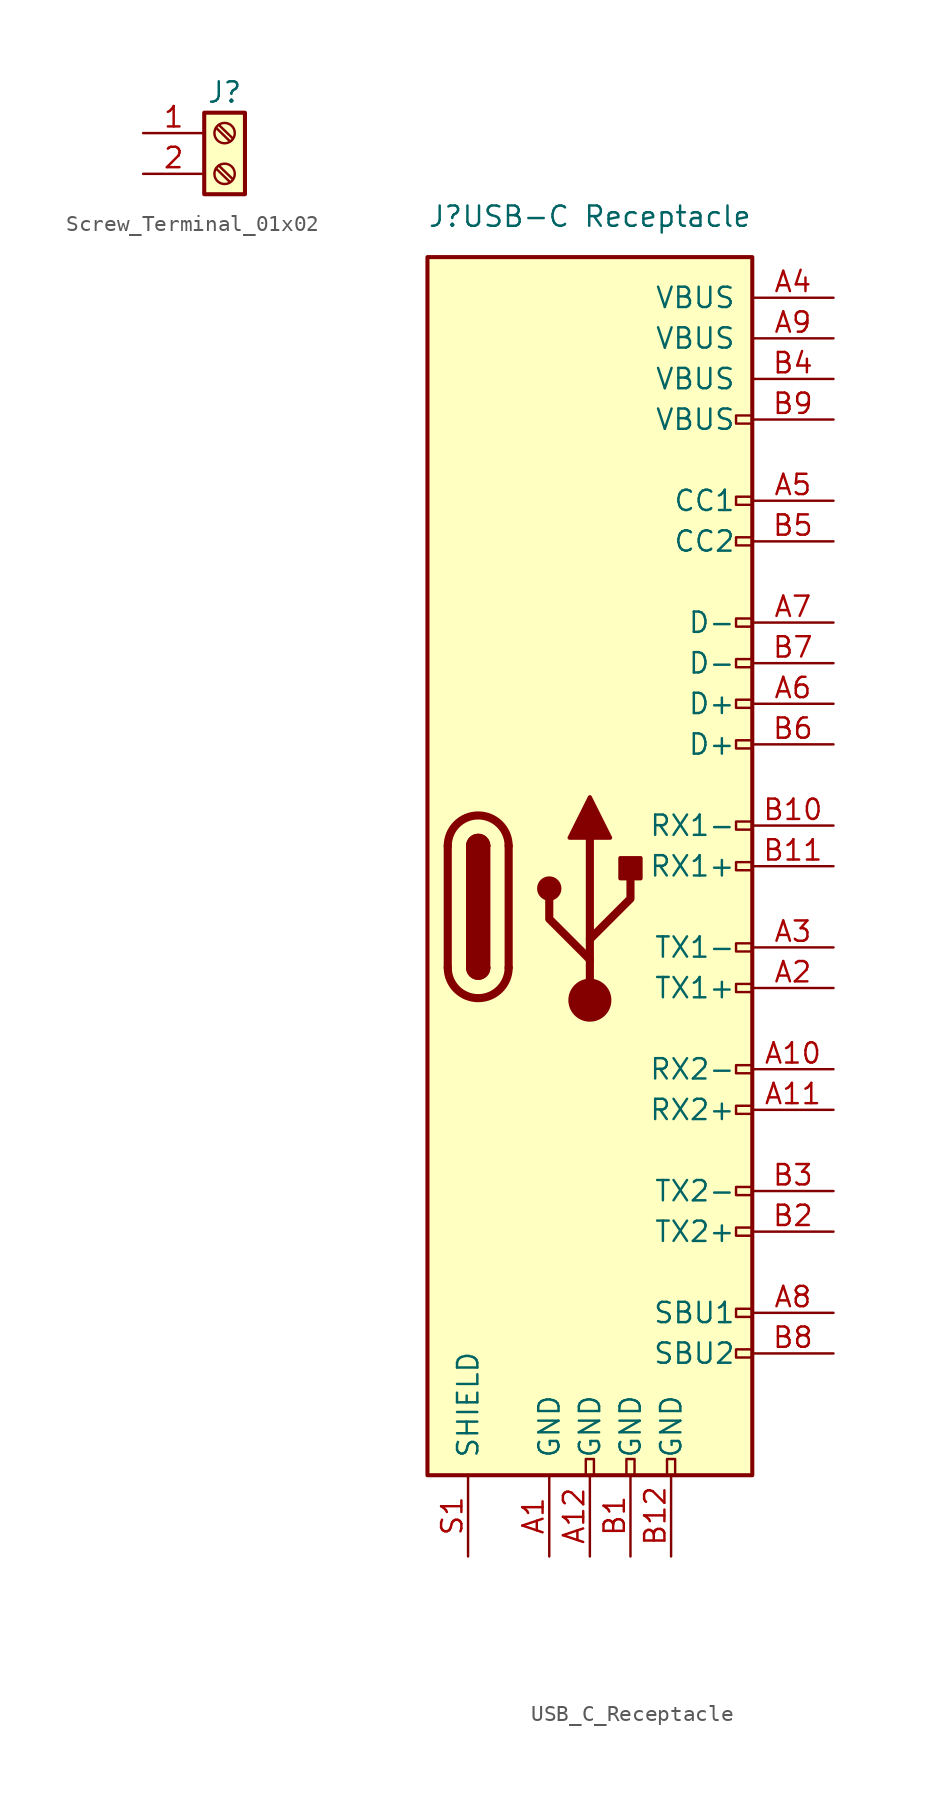
<source format=kicad_sym>
(kicad_symbol_lib
  (version 20220914)
  (generator kicad_symbol_editor)
  (symbol "Screw_Terminal_01x02"
    (pin_names
      (offset 1.016) hide)
    (property "Reference" "J"
      (at 0 2.54 0)
      (effects (font (size 1.27 1.27))))
    (symbol "Screw_Terminal_01x02_1_1"
      (rectangle (start -1.27 1.27) (end 1.27 -3.81) (stroke (width 0.254) (type default)) (fill (type background)))
      (circle (center 0 -2.54) (radius 0.635) (stroke (width 0.152) (type default)) (fill (type none)))
      (polyline (pts (xy -0.533 -2.21) (xy 0.33 -3.048)) (stroke (width 0.152) (type default)) (fill (type none)))
      (polyline (pts (xy -0.533 0.33) (xy 0.33 -0.508)) (stroke (width 0.152) (type default)) (fill (type none)))
      (polyline (pts (xy -0.356 -2.032) (xy 0.508 -2.87)) (stroke (width 0.152) (type default)) (fill (type none)))
      (polyline (pts (xy -0.356 0.508) (xy 0.508 -0.33)) (stroke (width 0.152) (type default)) (fill (type none)))
      (circle (center 0 0) (radius 0.635) (stroke (width 0.152) (type default)) (fill (type none)))
      (pin passive line (at -5.08 0 0) (length 3.81) (name "Pin_1" (effects (font (size 1.27 1.27)))) (number "1" (effects (font (size 1.27 1.27)))))
      (pin passive line (at -5.08 -2.54 0) (length 3.81) (name "Pin_2" (effects (font (size 1.27 1.27)))) (number "2" (effects (font (size 1.27 1.27)))))))
  (symbol "USB_C_Receptacle"
    (pin_names
      (offset 1.016))
    (property "Reference" "J"
      (at -10.16 43.18 0)
      (effects (font (size 1.27 1.27)) (justify left)))
    (property "Value" "USB-C Receptacle"
      (at 10.16 43.18 0)
      (effects (font (size 1.27 1.27)) (justify right)))
    (symbol "USB_C_Receptacle_0_0"
      (rectangle (start -0.254 -35.56) (end 0.254 -34.544) (stroke (width 0) (type default)) (fill (type none)))
      (rectangle (start 2.286 -35.56) (end 2.794 -34.544) (stroke (width 0) (type default)) (fill (type none)))
      (rectangle (start 4.826 -35.56) (end 5.334 -34.544) (stroke (width 0) (type default)) (fill (type none)))
      (rectangle (start 10.16 -27.686) (end 9.144 -28.194) (stroke (width 0) (type default)) (fill (type none)))
      (rectangle (start 10.16 -25.146) (end 9.144 -25.654) (stroke (width 0) (type default)) (fill (type none)))
      (rectangle (start 10.16 -20.066) (end 9.144 -20.574) (stroke (width 0) (type default)) (fill (type none)))
      (rectangle (start 10.16 -17.526) (end 9.144 -18.034) (stroke (width 0) (type default)) (fill (type none)))
      (rectangle (start 10.16 -12.446) (end 9.144 -12.954) (stroke (width 0) (type default)) (fill (type none)))
      (rectangle (start 10.16 -9.906) (end 9.144 -10.414) (stroke (width 0) (type default)) (fill (type none)))
      (rectangle (start 10.16 -4.826) (end 9.144 -5.334) (stroke (width 0) (type default)) (fill (type none)))
      (rectangle (start 10.16 -2.286) (end 9.144 -2.794) (stroke (width 0) (type default)) (fill (type none)))
      (rectangle (start 10.16 2.794) (end 9.144 2.286) (stroke (width 0) (type default)) (fill (type none)))
      (rectangle (start 10.16 5.334) (end 9.144 4.826) (stroke (width 0) (type default)) (fill (type none)))
      (rectangle (start 10.16 10.414) (end 9.144 9.906) (stroke (width 0) (type default)) (fill (type none)))
      (rectangle (start 10.16 12.954) (end 9.144 12.446) (stroke (width 0) (type default)) (fill (type none)))
      (rectangle (start 10.16 15.494) (end 9.144 14.986) (stroke (width 0) (type default)) (fill (type none)))
      (rectangle (start 10.16 18.034) (end 9.144 17.526) (stroke (width 0) (type default)) (fill (type none)))
      (rectangle (start 10.16 23.114) (end 9.144 22.606) (stroke (width 0) (type default)) (fill (type none)))
      (rectangle (start 10.16 25.654) (end 9.144 25.146) (stroke (width 0) (type default)) (fill (type none)))
      (rectangle (start 10.16 30.734) (end 9.144 30.226) (stroke (width 0) (type default)) (fill (type none))))
    (symbol "USB_C_Receptacle_0_1"
      (rectangle (start -10.16 40.64) (end 10.16 -35.56) (stroke (width 0.254) (type default)) (fill (type background)))
      (arc (start -8.89 -3.81) (mid -6.985 -5.7067) (end -5.08 -3.81) (stroke (width 0.508) (type default)) (fill (type none)))
      (arc (start -7.62 -3.81) (mid -6.985 -4.4423) (end -6.35 -3.81) (stroke (width 0.254) (type default)) (fill (type none)))
      (arc (start -7.62 -3.81) (mid -6.985 -4.4423) (end -6.35 -3.81) (stroke (width 0.254) (type default)) (fill (type outline)))
      (rectangle (start -7.62 -3.81) (end -6.35 3.81) (stroke (width 0.254) (type default)) (fill (type outline)))
      (arc (start -6.35 3.81) (mid -6.985 4.4423) (end -7.62 3.81) (stroke (width 0.254) (type default)) (fill (type none)))
      (arc (start -6.35 3.81) (mid -6.985 4.4423) (end -7.62 3.81) (stroke (width 0.254) (type default)) (fill (type outline)))
      (arc (start -5.08 3.81) (mid -6.985 5.7067) (end -8.89 3.81) (stroke (width 0.508) (type default)) (fill (type none)))
      (polyline (pts (xy -8.89 -3.81) (xy -8.89 3.81)) (stroke (width 0.508) (type default)) (fill (type none)))
      (polyline (pts (xy -5.08 3.81) (xy -5.08 -3.81)) (stroke (width 0.508) (type default)) (fill (type none))))
    (symbol "USB_C_Receptacle_1_1"
      (circle (center -2.54 1.143) (radius 0.635) (stroke (width 0.254) (type default)) (fill (type outline)))
      (circle (center 0 -5.842) (radius 1.27) (stroke (width 0) (type default)) (fill (type outline)))
      (polyline (pts (xy 0 -5.842) (xy 0 4.318)) (stroke (width 0.508) (type default)) (fill (type none)))
      (polyline (pts (xy 0 -3.302) (xy -2.54 -0.762) (xy -2.54 0.508)) (stroke (width 0.508) (type default)) (fill (type none)))
      (polyline (pts (xy 0 -2.032) (xy 2.54 0.508) (xy 2.54 1.778)) (stroke (width 0.508) (type default)) (fill (type none)))
      (polyline (pts (xy -1.27 4.318) (xy 0 6.858) (xy 1.27 4.318) (xy -1.27 4.318)) (stroke (width 0.254) (type default)) (fill (type outline)))
      (rectangle (start 1.905 1.778) (end 3.175 3.048) (stroke (width 0.254) (type default)) (fill (type outline)))
      (pin passive line (at -2.54 -40.64 90) (length 5.08) (name "GND" (effects (font (size 1.27 1.27)))) (number "A1" (effects (font (size 1.27 1.27)))))
      (pin bidirectional line (at 15.24 -10.16 180) (length 5.08) (name "RX2-" (effects (font (size 1.27 1.27)))) (number "A10" (effects (font (size 1.27 1.27)))))
      (pin bidirectional line (at 15.24 -12.7 180) (length 5.08) (name "RX2+" (effects (font (size 1.27 1.27)))) (number "A11" (effects (font (size 1.27 1.27)))))
      (pin passive line (at 0 -40.64 90) (length 5.08) (name "GND" (effects (font (size 1.27 1.27)))) (number "A12" (effects (font (size 1.27 1.27)))))
      (pin bidirectional line (at 15.24 -5.08 180) (length 5.08) (name "TX1+" (effects (font (size 1.27 1.27)))) (number "A2" (effects (font (size 1.27 1.27)))))
      (pin bidirectional line (at 15.24 -2.54 180) (length 5.08) (name "TX1-" (effects (font (size 1.27 1.27)))) (number "A3" (effects (font (size 1.27 1.27)))))
      (pin passive line (at 15.24 38.1 180) (length 5.08) (name "VBUS" (effects (font (size 1.27 1.27)))) (number "A4" (effects (font (size 1.27 1.27)))))
      (pin bidirectional line (at 15.24 25.4 180) (length 5.08) (name "CC1" (effects (font (size 1.27 1.27)))) (number "A5" (effects (font (size 1.27 1.27)))))
      (pin bidirectional line (at 15.24 12.7 180) (length 5.08) (name "D+" (effects (font (size 1.27 1.27)))) (number "A6" (effects (font (size 1.27 1.27)))))
      (pin bidirectional line (at 15.24 17.78 180) (length 5.08) (name "D-" (effects (font (size 1.27 1.27)))) (number "A7" (effects (font (size 1.27 1.27)))))
      (pin bidirectional line (at 15.24 -25.4 180) (length 5.08) (name "SBU1" (effects (font (size 1.27 1.27)))) (number "A8" (effects (font (size 1.27 1.27)))))
      (pin passive line (at 15.24 35.56 180) (length 5.08) (name "VBUS" (effects (font (size 1.27 1.27)))) (number "A9" (effects (font (size 1.27 1.27)))))
      (pin passive line (at 2.54 -40.64 90) (length 5.08) (name "GND" (effects (font (size 1.27 1.27)))) (number "B1" (effects (font (size 1.27 1.27)))))
      (pin bidirectional line (at 15.24 5.08 180) (length 5.08) (name "RX1-" (effects (font (size 1.27 1.27)))) (number "B10" (effects (font (size 1.27 1.27)))))
      (pin bidirectional line (at 15.24 2.54 180) (length 5.08) (name "RX1+" (effects (font (size 1.27 1.27)))) (number "B11" (effects (font (size 1.27 1.27)))))
      (pin passive line (at 5.08 -40.64 90) (length 5.08) (name "GND" (effects (font (size 1.27 1.27)))) (number "B12" (effects (font (size 1.27 1.27)))))
      (pin bidirectional line (at 15.24 -20.32 180) (length 5.08) (name "TX2+" (effects (font (size 1.27 1.27)))) (number "B2" (effects (font (size 1.27 1.27)))))
      (pin bidirectional line (at 15.24 -17.78 180) (length 5.08) (name "TX2-" (effects (font (size 1.27 1.27)))) (number "B3" (effects (font (size 1.27 1.27)))))
      (pin passive line (at 15.24 33.02 180) (length 5.08) (name "VBUS" (effects (font (size 1.27 1.27)))) (number "B4" (effects (font (size 1.27 1.27)))))
      (pin bidirectional line (at 15.24 22.86 180) (length 5.08) (name "CC2" (effects (font (size 1.27 1.27)))) (number "B5" (effects (font (size 1.27 1.27)))))
      (pin bidirectional line (at 15.24 10.16 180) (length 5.08) (name "D+" (effects (font (size 1.27 1.27)))) (number "B6" (effects (font (size 1.27 1.27)))))
      (pin bidirectional line (at 15.24 15.24 180) (length 5.08) (name "D-" (effects (font (size 1.27 1.27)))) (number "B7" (effects (font (size 1.27 1.27)))))
      (pin bidirectional line (at 15.24 -27.94 180) (length 5.08) (name "SBU2" (effects (font (size 1.27 1.27)))) (number "B8" (effects (font (size 1.27 1.27)))))
      (pin passive line (at 15.24 30.48 180) (length 5.08) (name "VBUS" (effects (font (size 1.27 1.27)))) (number "B9" (effects (font (size 1.27 1.27)))))
      (pin passive line (at -7.62 -40.64 90) (length 5.08) (name "SHIELD" (effects (font (size 1.27 1.27)))) (number "S1" (effects (font (size 1.27 1.27))))))))
</source>
